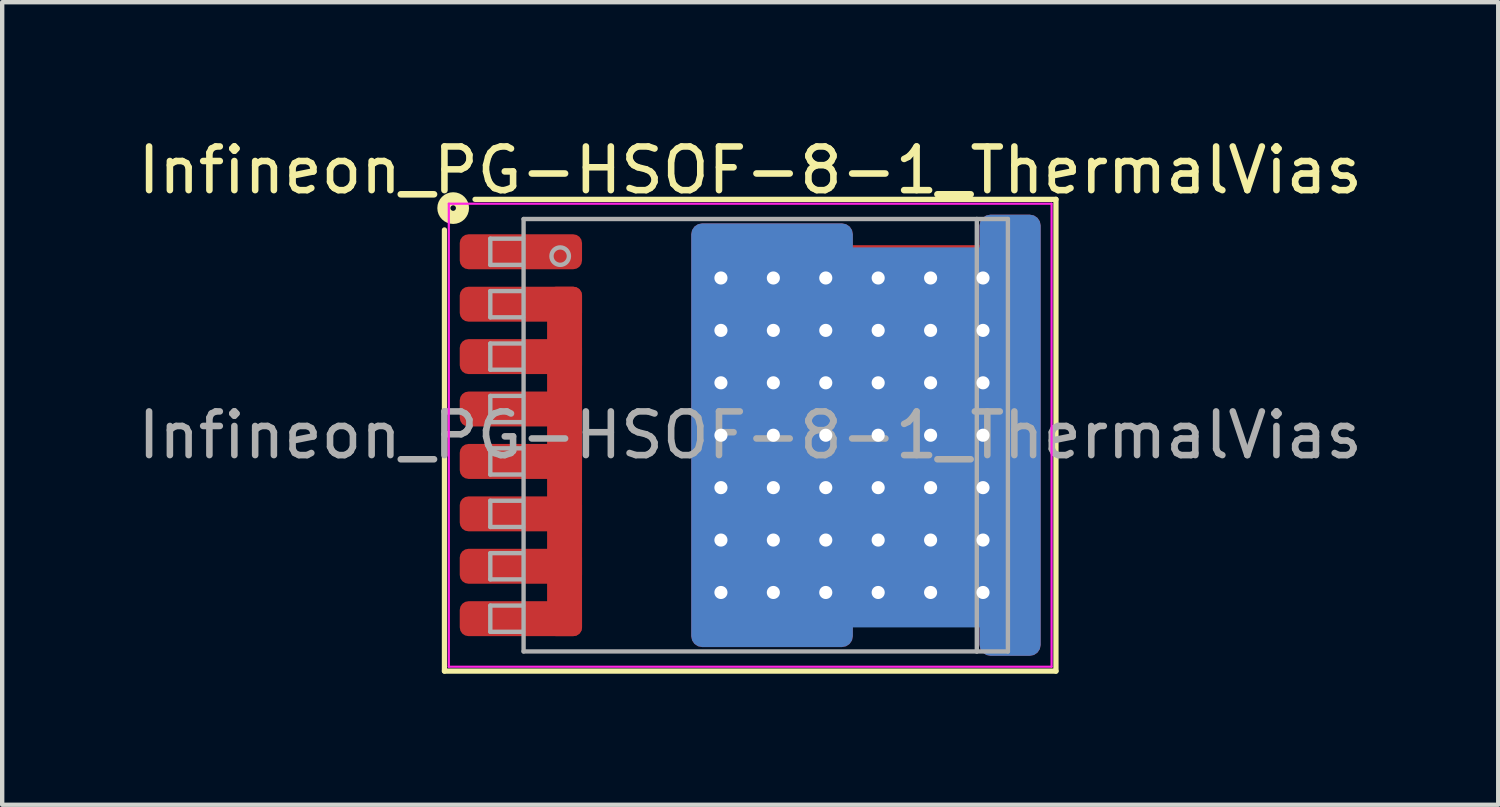
<source format=kicad_pcb>
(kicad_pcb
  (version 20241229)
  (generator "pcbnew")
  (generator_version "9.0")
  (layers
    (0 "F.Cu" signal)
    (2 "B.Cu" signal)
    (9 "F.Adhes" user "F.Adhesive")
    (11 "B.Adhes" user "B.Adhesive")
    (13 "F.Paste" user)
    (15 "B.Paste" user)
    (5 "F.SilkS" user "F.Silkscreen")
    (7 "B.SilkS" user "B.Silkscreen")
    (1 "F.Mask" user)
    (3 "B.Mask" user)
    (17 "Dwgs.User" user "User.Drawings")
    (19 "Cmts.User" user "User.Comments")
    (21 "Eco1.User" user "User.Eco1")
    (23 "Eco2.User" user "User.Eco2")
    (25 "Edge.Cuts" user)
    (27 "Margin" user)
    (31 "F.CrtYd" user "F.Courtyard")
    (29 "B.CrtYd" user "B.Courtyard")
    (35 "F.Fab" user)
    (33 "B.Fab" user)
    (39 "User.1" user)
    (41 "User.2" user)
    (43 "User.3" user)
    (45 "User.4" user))
  (footprint "Infineon_PG-HSOF-8-1_ThermalVias"
    (layer "F.Cu")
    (at 14.125 6.914)
    (property "Reference" "Infineon_PG-HSOF-8-1_ThermalVias" (at 0 -6.066 0) (layer "F.SilkS") (effects (font (size 1 1) (thickness 0.15))))
    (attr smd)
    (fp_line (start -7 -4.7) (end -7 5.4) (stroke (width 0.12) (type solid)) (layer "F.SilkS"))
    (fp_line (start -7 5.4) (end 7 5.4) (stroke (width 0.12) (type solid)) (layer "F.SilkS"))
    (fp_line (start 7 -5.4) (end -6.3 -5.4) (stroke (width 0.12) (type solid)) (layer "F.SilkS"))
    (fp_line (start 7 5.4) (end 7 -5.4) (stroke (width 0.12) (type solid)) (layer "F.SilkS"))
    (fp_circle (center -6.8 -5.2) (end -6.737 -5.2) (stroke (width 0.3) (type solid)) (fill no) (layer "F.SilkS"))
    (fp_line (start -6.9 5.3) (end -6.9 -5.3) (stroke (width 0.05) (type solid)) (layer "F.CrtYd"))
    (fp_line (start -6.9 5.3) (end 6.9 5.3) (stroke (width 0.05) (type solid)) (layer "F.CrtYd"))
    (fp_line (start 6.9 -5.3) (end -6.9 -5.3) (stroke (width 0.05) (type solid)) (layer "F.CrtYd"))
    (fp_line (start 6.9 -5.3) (end 6.9 5.3) (stroke (width 0.05) (type solid)) (layer "F.CrtYd"))
    (fp_line (start -5.95 -4.5) (end -5.95 -3.9) (stroke (width 0.1) (type solid)) (layer "F.Fab"))
    (fp_line (start -5.95 -4.5) (end -5.2 -4.5) (stroke (width 0.1) (type solid)) (layer "F.Fab"))
    (fp_line (start -5.95 -3.9) (end -5.2 -3.9) (stroke (width 0.1) (type solid)) (layer "F.Fab"))
    (fp_line (start -5.95 -3.3) (end -5.95 -2.7) (stroke (width 0.1) (type solid)) (layer "F.Fab"))
    (fp_line (start -5.95 -3.3) (end -5.2 -3.3) (stroke (width 0.1) (type solid)) (layer "F.Fab"))
    (fp_line (start -5.95 -2.7) (end -5.2 -2.7) (stroke (width 0.1) (type solid)) (layer "F.Fab"))
    (fp_line (start -5.95 -2.1) (end -5.95 -1.5) (stroke (width 0.1) (type solid)) (layer "F.Fab"))
    (fp_line (start -5.95 -2.1) (end -5.2 -2.1) (stroke (width 0.1) (type solid)) (layer "F.Fab"))
    (fp_line (start -5.95 -1.5) (end -5.2 -1.5) (stroke (width 0.1) (type solid)) (layer "F.Fab"))
    (fp_line (start -5.95 -0.9) (end -5.95 -0.3) (stroke (width 0.1) (type solid)) (layer "F.Fab"))
    (fp_line (start -5.95 -0.9) (end -5.2 -0.9) (stroke (width 0.1) (type solid)) (layer "F.Fab"))
    (fp_line (start -5.95 -0.3) (end -5.2 -0.3) (stroke (width 0.1) (type solid)) (layer "F.Fab"))
    (fp_line (start -5.95 0.3) (end -5.95 0.9) (stroke (width 0.1) (type solid)) (layer "F.Fab"))
    (fp_line (start -5.95 0.3) (end -5.2 0.3) (stroke (width 0.1) (type solid)) (layer "F.Fab"))
    (fp_line (start -5.95 0.9) (end -5.2 0.9) (stroke (width 0.1) (type solid)) (layer "F.Fab"))
    (fp_line (start -5.95 1.5) (end -5.95 2.1) (stroke (width 0.1) (type solid)) (layer "F.Fab"))
    (fp_line (start -5.95 1.5) (end -5.2 1.5) (stroke (width 0.1) (type solid)) (layer "F.Fab"))
    (fp_line (start -5.95 2.1) (end -5.2 2.1) (stroke (width 0.1) (type solid)) (layer "F.Fab"))
    (fp_line (start -5.95 2.7) (end -5.95 3.3) (stroke (width 0.1) (type solid)) (layer "F.Fab"))
    (fp_line (start -5.95 2.7) (end -5.2 2.7) (stroke (width 0.1) (type solid)) (layer "F.Fab"))
    (fp_line (start -5.95 3.3) (end -5.2 3.3) (stroke (width 0.1) (type solid)) (layer "F.Fab"))
    (fp_line (start -5.95 3.9) (end -5.95 4.5) (stroke (width 0.1) (type solid)) (layer "F.Fab"))
    (fp_line (start -5.95 3.9) (end -5.2 3.9) (stroke (width 0.1) (type solid)) (layer "F.Fab"))
    (fp_line (start -5.95 4.5) (end -5.2 4.5) (stroke (width 0.1) (type solid)) (layer "F.Fab"))
    (fp_line (start -5.188 -4.95) (end 5.188 -4.95) (stroke (width 0.1) (type solid)) (layer "F.Fab"))
    (fp_line (start -5.188 4.95) (end -5.188 -4.95) (stroke (width 0.1) (type solid)) (layer "F.Fab"))
    (fp_line (start 5.188 -4.95) (end 5.188 4.95) (stroke (width 0.1) (type solid)) (layer "F.Fab"))
    (fp_line (start 5.188 -4.95) (end 5.9 -4.95) (stroke (width 0.1) (type solid)) (layer "F.Fab"))
    (fp_line (start 5.188 4.95) (end -5.188 4.95) (stroke (width 0.1) (type solid)) (layer "F.Fab"))
    (fp_line (start 5.9 -4.95) (end 5.9 4.95) (stroke (width 0.1) (type solid)) (layer "F.Fab"))
    (fp_line (start 5.9 4.95) (end 5.188 4.95) (stroke (width 0.1) (type solid)) (layer "F.Fab"))
    (fp_circle (center -4.35 -4.1) (end -4.15 -4.1) (stroke (width 0.1) (type solid)) (fill no) (layer "F.Fab"))
    (fp_text user "${REFERENCE}" (at 0 0 0) (layer "F.Fab") (effects (font (size 1 1) (thickness 0.15))))
    (pad "" smd rect (at -5.25 -4.2) (size 2.6 0.7) (layers "F.Paste"))
    (pad "" smd rect (at -5.25 -3) (size 2.6 0.7) (layers "F.Paste"))
    (pad "" smd rect (at -5.25 -1.8) (size 2.6 0.7) (layers "F.Paste"))
    (pad "" smd rect (at -5.25 -0.6) (size 2.6 0.7) (layers "F.Paste"))
    (pad "" smd rect (at -5.25 0.6) (size 2.6 0.7) (layers "F.Paste"))
    (pad "" smd rect (at -5.25 1.8) (size 2.6 0.7) (layers "F.Paste"))
    (pad "" smd rect (at -5.25 3) (size 2.6 0.7) (layers "F.Paste"))
    (pad "" smd rect (at -5.25 4.2) (size 2.6 0.7) (layers "F.Paste"))
    (pad "" smd roundrect (at -0.4 -3.7 90) (size 1.7 1.5) (layers "F.Paste") (roundrect_rratio 0.25))
    (pad "" smd roundrect (at -0.4 -1.8 90) (size 1.5 1.5) (layers "F.Paste") (roundrect_rratio 0.25))
    (pad "" smd roundrect (at -0.4 0 90) (size 1.5 1.5) (layers "F.Paste") (roundrect_rratio 0.25))
    (pad "" smd roundrect (at -0.4 1.8 90) (size 1.5 1.5) (layers "F.Paste") (roundrect_rratio 0.25))
    (pad "" smd roundrect (at -0.4 3.7 90) (size 1.7 1.5) (layers "F.Paste") (roundrect_rratio 0.25))
    (pad "" smd roundrect (at 1.4 -3.7 90) (size 1.7 1.5) (layers "F.Paste") (roundrect_rratio 0.25))
    (pad "" smd roundrect (at 1.4 -1.8 90) (size 1.5 1.5) (layers "F.Paste") (roundrect_rratio 0.25))
    (pad "" smd roundrect (at 1.4 0 90) (size 1.5 1.5) (layers "F.Paste") (roundrect_rratio 0.25))
    (pad "" smd roundrect (at 1.4 1.8 90) (size 1.5 1.5) (layers "F.Paste") (roundrect_rratio 0.25))
    (pad "" smd roundrect (at 1.4 3.7 90) (size 1.7 1.5) (layers "F.Paste") (roundrect_rratio 0.25))
    (pad "" smd roundrect (at 3.2 -3.5 90) (size 1.3 1.5) (layers "F.Paste") (roundrect_rratio 0.25))
    (pad "" smd roundrect (at 3.2 -1.8 90) (size 1.5 1.5) (layers "F.Paste") (roundrect_rratio 0.25))
    (pad "" smd roundrect (at 3.2 0 90) (size 1.5 1.5) (layers "F.Paste") (roundrect_rratio 0.25))
    (pad "" smd roundrect (at 3.2 1.8 90) (size 1.5 1.5) (layers "F.Paste") (roundrect_rratio 0.25))
    (pad "" smd roundrect (at 3.2 3.5 90) (size 1.3 1.5) (layers "F.Paste") (roundrect_rratio 0.25))
    (pad "" smd roundrect (at 5.2 -3.5 90) (size 1.3 1.9) (layers "F.Paste") (roundrect_rratio 0.25))
    (pad "" smd roundrect (at 5.2 -1.8 90) (size 1.5 1.9) (layers "F.Paste") (roundrect_rratio 0.25))
    (pad "" smd roundrect (at 5.2 0 90) (size 1.5 1.9) (layers "F.Paste") (roundrect_rratio 0.25))
    (pad "" smd roundrect (at 5.2 1.8 90) (size 1.5 1.9) (layers "F.Paste") (roundrect_rratio 0.25))
    (pad "" smd roundrect (at 5.2 3.5 90) (size 1.3 1.9) (layers "F.Paste") (roundrect_rratio 0.25))
    (pad "" smd roundrect (at 5.8 -4.6 90) (size 0.5 0.8) (layers "F.Paste") (roundrect_rratio 0.25))
    (pad "" smd roundrect (at 5.8 4.6 90) (size 0.5 0.8) (layers "F.Paste") (roundrect_rratio 0.25))
    (pad "1" smd roundrect (at -5.25 -4.2) (size 2.8 0.8) (layers "F.Cu" "F.Mask" "F.Paste") (roundrect_rratio 0.25))
    (pad "2" smd roundrect (at -5.25 -3) (size 2.8 0.8) (layers "F.Cu" "F.Mask" "F.Paste") (roundrect_rratio 0.25))
    (pad "2" smd roundrect (at -5.25 -1.8) (size 2.8 0.8) (layers "F.Cu" "F.Mask" "F.Paste") (roundrect_rratio 0.25))
    (pad "2" smd roundrect (at -5.25 -0.6) (size 2.8 0.8) (layers "F.Cu" "F.Mask" "F.Paste") (roundrect_rratio 0.25))
    (pad "2" smd roundrect (at -5.25 0.6) (size 2.8 0.8) (layers "F.Cu" "F.Mask" "F.Paste") (roundrect_rratio 0.25))
    (pad "2" smd roundrect (at -5.25 1.8) (size 2.8 0.8) (layers "F.Cu" "F.Mask" "F.Paste") (roundrect_rratio 0.25))
    (pad "2" smd roundrect (at -5.25 3) (size 2.8 0.8) (layers "F.Cu" "F.Mask" "F.Paste") (roundrect_rratio 0.25))
    (pad "2" smd roundrect (at -5.25 4.2) (size 2.8 0.8) (layers "F.Cu" "F.Mask" "F.Paste") (roundrect_rratio 0.25))
    (pad "2" smd roundrect (at -4.25 0.6 90) (size 8 0.8) (layers "F.Cu" "F.Mask") (roundrect_rratio 0.25))
    (pad "3" thru_hole circle (at -0.67 -3.6) (size 0.6 0.6) (drill 0.3) (property pad_prop_heatsink) (layers "*.Cu"))
    (pad "3" thru_hole circle (at -0.67 -2.4) (size 0.6 0.6) (drill 0.3) (property pad_prop_heatsink) (layers "*.Cu"))
    (pad "3" thru_hole circle (at -0.67 -1.2) (size 0.6 0.6) (drill 0.3) (property pad_prop_heatsink) (layers "*.Cu"))
    (pad "3" thru_hole circle (at -0.67 0) (size 0.6 0.6) (drill 0.3) (property pad_prop_heatsink) (layers "*.Cu"))
    (pad "3" thru_hole circle (at -0.67 1.2) (size 0.6 0.6) (drill 0.3) (property pad_prop_heatsink) (layers "*.Cu"))
    (pad "3" thru_hole circle (at -0.67 2.4) (size 0.6 0.6) (drill 0.3) (property pad_prop_heatsink) (layers "*.Cu"))
    (pad "3" thru_hole circle (at -0.67 3.6) (size 0.6 0.6) (drill 0.3) (property pad_prop_heatsink) (layers "*.Cu"))
    (pad "3" smd roundrect (at 0.5 0 90) (size 9.7 3.7) (layers "F.Cu" "F.Mask") (roundrect_rratio 0.068))
    (pad "3" smd roundrect (at 0.5 0 270) (size 9.7 3.7) (layers "B.Cu" "B.Mask") (roundrect_rratio 0.068))
    (pad "3" thru_hole circle (at 0.53 -3.6) (size 0.6 0.6) (drill 0.3) (property pad_prop_heatsink) (layers "*.Cu"))
    (pad "3" thru_hole circle (at 0.53 -2.4) (size 0.6 0.6) (drill 0.3) (property pad_prop_heatsink) (layers "*.Cu"))
    (pad "3" thru_hole circle (at 0.53 -1.2) (size 0.6 0.6) (drill 0.3) (property pad_prop_heatsink) (layers "*.Cu"))
    (pad "3" thru_hole circle (at 0.53 0) (size 0.6 0.6) (drill 0.3) (property pad_prop_heatsink) (layers "*.Cu"))
    (pad "3" thru_hole circle (at 0.53 1.2) (size 0.6 0.6) (drill 0.3) (property pad_prop_heatsink) (layers "*.Cu"))
    (pad "3" thru_hole circle (at 0.53 2.4) (size 0.6 0.6) (drill 0.3) (property pad_prop_heatsink) (layers "*.Cu"))
    (pad "3" thru_hole circle (at 0.53 3.6) (size 0.6 0.6) (drill 0.3) (property pad_prop_heatsink) (layers "*.Cu"))
    (pad "3" thru_hole circle (at 1.73 -3.6) (size 0.6 0.6) (drill 0.3) (property pad_prop_heatsink) (layers "*.Cu"))
    (pad "3" thru_hole circle (at 1.73 -2.4) (size 0.6 0.6) (drill 0.3) (property pad_prop_heatsink) (layers "*.Cu"))
    (pad "3" thru_hole circle (at 1.73 -1.2) (size 0.6 0.6) (drill 0.3) (property pad_prop_heatsink) (layers "*.Cu"))
    (pad "3" thru_hole circle (at 1.73 0) (size 0.6 0.6) (drill 0.3) (property pad_prop_heatsink) (layers "*.Cu"))
    (pad "3" thru_hole circle (at 1.73 1.2) (size 0.6 0.6) (drill 0.3) (property pad_prop_heatsink) (layers "*.Cu"))
    (pad "3" thru_hole circle (at 1.73 2.4) (size 0.6 0.6) (drill 0.3) (property pad_prop_heatsink) (layers "*.Cu"))
    (pad "3" thru_hole circle (at 1.73 3.6) (size 0.6 0.6) (drill 0.3) (property pad_prop_heatsink) (layers "*.Cu"))
    (pad "3" thru_hole circle (at 2.93 -3.6) (size 0.6 0.6) (drill 0.3) (property pad_prop_heatsink) (layers "*.Cu"))
    (pad "3" thru_hole circle (at 2.93 -2.4) (size 0.6 0.6) (drill 0.3) (property pad_prop_heatsink) (layers "*.Cu"))
    (pad "3" thru_hole circle (at 2.93 -1.2) (size 0.6 0.6) (drill 0.3) (property pad_prop_heatsink) (layers "*.Cu"))
    (pad "3" thru_hole circle (at 2.93 0) (size 0.6 0.6) (drill 0.3) (property pad_prop_heatsink) (layers "*.Cu"))
    (pad "3" thru_hole circle (at 2.93 1.2) (size 0.6 0.6) (drill 0.3) (property pad_prop_heatsink) (layers "*.Cu"))
    (pad "3" thru_hole circle (at 2.93 2.4) (size 0.6 0.6) (drill 0.3) (property pad_prop_heatsink) (layers "*.Cu"))
    (pad "3" thru_hole circle (at 2.93 3.6) (size 0.6 0.6) (drill 0.3) (property pad_prop_heatsink) (layers "*.Cu"))
    (pad "3" smd roundrect (at 3.8 0 90) (size 8.7 4) (layers "F.Cu" "F.Mask") (roundrect_rratio 0.05))
    (pad "3" smd roundrect (at 3.8 0.05 270) (size 8.7 4) (layers "B.Cu" "B.Mask") (roundrect_rratio 0.05))
    (pad "3" thru_hole circle (at 4.13 -3.6) (size 0.6 0.6) (drill 0.3) (property pad_prop_heatsink) (layers "*.Cu"))
    (pad "3" thru_hole circle (at 4.13 -2.4) (size 0.6 0.6) (drill 0.3) (property pad_prop_heatsink) (layers "*.Cu"))
    (pad "3" thru_hole circle (at 4.13 -1.2) (size 0.6 0.6) (drill 0.3) (property pad_prop_heatsink) (layers "*.Cu"))
    (pad "3" thru_hole circle (at 4.13 0) (size 0.6 0.6) (drill 0.3) (property pad_prop_heatsink) (layers "*.Cu"))
    (pad "3" thru_hole circle (at 4.13 1.2) (size 0.6 0.6) (drill 0.3) (property pad_prop_heatsink) (layers "*.Cu"))
    (pad "3" thru_hole circle (at 4.13 2.4) (size 0.6 0.6) (drill 0.3) (property pad_prop_heatsink) (layers "*.Cu"))
    (pad "3" thru_hole circle (at 4.13 3.6) (size 0.6 0.6) (drill 0.3) (property pad_prop_heatsink) (layers "*.Cu"))
    (pad "3" thru_hole circle (at 5.33 -3.6) (size 0.6 0.6) (drill 0.3) (property pad_prop_heatsink) (layers "*.Cu"))
    (pad "3" thru_hole circle (at 5.33 -2.4) (size 0.6 0.6) (drill 0.3) (property pad_prop_heatsink) (layers "*.Cu"))
    (pad "3" thru_hole circle (at 5.33 -1.2) (size 0.6 0.6) (drill 0.3) (property pad_prop_heatsink) (layers "*.Cu"))
    (pad "3" thru_hole circle (at 5.33 0) (size 0.6 0.6) (drill 0.3) (property pad_prop_heatsink) (layers "*.Cu"))
    (pad "3" thru_hole circle (at 5.33 1.2) (size 0.6 0.6) (drill 0.3) (property pad_prop_heatsink) (layers "*.Cu"))
    (pad "3" thru_hole circle (at 5.33 2.4) (size 0.6 0.6) (drill 0.3) (property pad_prop_heatsink) (layers "*.Cu"))
    (pad "3" thru_hole circle (at 5.33 3.6) (size 0.6 0.6) (drill 0.3) (property pad_prop_heatsink) (layers "*.Cu"))
    (pad "3" smd roundrect (at 5.95 0 90) (size 10.1 1.4) (layers "F.Cu" "F.Mask") (roundrect_rratio 0.179))
    (pad "3" smd roundrect (at 5.95 0 270) (size 10.1 1.4) (layers "B.Cu" "B.Mask") (roundrect_rratio 0.179)))
  (gr_rect
    (start -3 -3)
    (end 31.25 15.374)
    (stroke (width 0.1) (type default))
    (fill no)
    (layer "Edge.Cuts")))
</source>
